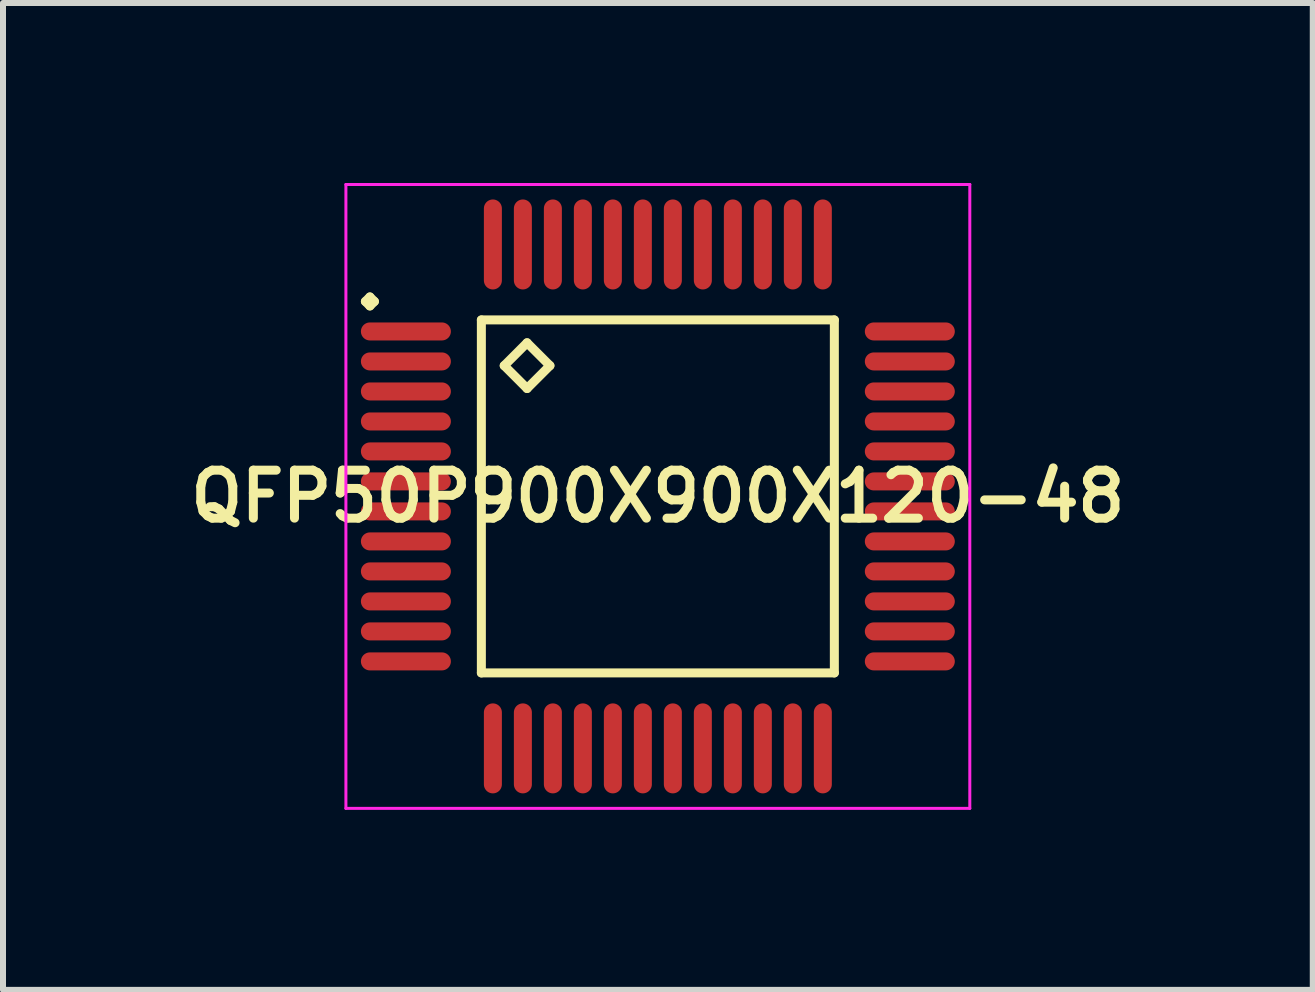
<source format=kicad_pcb>
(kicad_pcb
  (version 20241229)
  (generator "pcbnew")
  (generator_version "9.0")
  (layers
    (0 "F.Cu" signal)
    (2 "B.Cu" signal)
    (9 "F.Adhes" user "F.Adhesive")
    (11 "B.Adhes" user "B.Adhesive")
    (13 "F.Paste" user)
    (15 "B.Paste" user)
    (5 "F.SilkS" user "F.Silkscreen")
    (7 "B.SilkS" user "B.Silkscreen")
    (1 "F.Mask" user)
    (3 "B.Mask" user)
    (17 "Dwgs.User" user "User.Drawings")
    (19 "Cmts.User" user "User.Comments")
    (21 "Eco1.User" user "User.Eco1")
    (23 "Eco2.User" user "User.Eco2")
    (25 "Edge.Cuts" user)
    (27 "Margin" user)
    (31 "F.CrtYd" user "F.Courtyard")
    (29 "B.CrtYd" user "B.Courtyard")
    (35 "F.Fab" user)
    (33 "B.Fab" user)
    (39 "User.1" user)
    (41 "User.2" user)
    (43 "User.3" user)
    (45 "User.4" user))
  (footprint "QFP50P900X900X120-48"
    (layer "F.Cu")
    (at 7.916 5.225)
    (property "Reference" "QFP50P900X900X120-48" (at 0 0 0) (layer "F.SilkS") (effects (font (size 0.8 0.8) (thickness 0.15))))
    (attr smd)
    (fp_line (start -4.875 -3.25) (end -4.8 -3.325) (stroke (width 0.15) (type solid)) (layer "F.SilkS"))
    (fp_line (start -4.8 -3.325) (end -4.725 -3.25) (stroke (width 0.15) (type solid)) (layer "F.SilkS"))
    (fp_line (start -4.8 -3.175) (end -4.875 -3.25) (stroke (width 0.15) (type solid)) (layer "F.SilkS"))
    (fp_line (start -4.725 -3.25) (end -4.8 -3.175) (stroke (width 0.15) (type solid)) (layer "F.SilkS"))
    (fp_line (start -2.942 -2.942) (end -2.942 2.942) (stroke (width 0.15) (type solid)) (layer "F.SilkS"))
    (fp_line (start -2.942 2.942) (end 2.942 2.942) (stroke (width 0.15) (type solid)) (layer "F.SilkS"))
    (fp_line (start -2.561 -2.18) (end -2.18 -2.561) (stroke (width 0.15) (type solid)) (layer "F.SilkS"))
    (fp_line (start -2.18 -2.561) (end -1.799 -2.18) (stroke (width 0.15) (type solid)) (layer "F.SilkS"))
    (fp_line (start -2.18 -1.799) (end -2.561 -2.18) (stroke (width 0.15) (type solid)) (layer "F.SilkS"))
    (fp_line (start -1.799 -2.18) (end -2.18 -1.799) (stroke (width 0.15) (type solid)) (layer "F.SilkS"))
    (fp_line (start 2.942 -2.942) (end -2.942 -2.942) (stroke (width 0.15) (type solid)) (layer "F.SilkS"))
    (fp_line (start 2.942 2.942) (end 2.942 -2.942) (stroke (width 0.15) (type solid)) (layer "F.SilkS"))
    (fp_line (start -5.2 -5.2) (end 5.2 -5.2) (stroke (width 0.05) (type solid)) (layer "F.CrtYd"))
    (fp_line (start -5.2 5.2) (end -5.2 -5.2) (stroke (width 0.05) (type solid)) (layer "F.CrtYd"))
    (fp_line (start 5.2 -5.2) (end 5.2 5.2) (stroke (width 0.05) (type solid)) (layer "F.CrtYd"))
    (fp_line (start 5.2 5.2) (end -5.2 5.2) (stroke (width 0.05) (type solid)) (layer "F.CrtYd"))
    (pad "1" smd oval (at -4.2 -2.75) (size 1.5 0.3) (layers "F.Cu" "F.Mask" "F.Paste"))
    (pad "2" smd oval (at -4.2 -2.25) (size 1.5 0.3) (layers "F.Cu" "F.Mask" "F.Paste"))
    (pad "3" smd oval (at -4.2 -1.75) (size 1.5 0.3) (layers "F.Cu" "F.Mask" "F.Paste"))
    (pad "4" smd oval (at -4.2 -1.25) (size 1.5 0.3) (layers "F.Cu" "F.Mask" "F.Paste"))
    (pad "5" smd oval (at -4.2 -0.75) (size 1.5 0.3) (layers "F.Cu" "F.Mask" "F.Paste"))
    (pad "6" smd oval (at -4.2 -0.25) (size 1.5 0.3) (layers "F.Cu" "F.Mask" "F.Paste"))
    (pad "7" smd oval (at -4.2 0.25) (size 1.5 0.3) (layers "F.Cu" "F.Mask" "F.Paste"))
    (pad "8" smd oval (at -4.2 0.75) (size 1.5 0.3) (layers "F.Cu" "F.Mask" "F.Paste"))
    (pad "9" smd oval (at -4.2 1.25) (size 1.5 0.3) (layers "F.Cu" "F.Mask" "F.Paste"))
    (pad "10" smd oval (at -4.2 1.75) (size 1.5 0.3) (layers "F.Cu" "F.Mask" "F.Paste"))
    (pad "11" smd oval (at -4.2 2.25) (size 1.5 0.3) (layers "F.Cu" "F.Mask" "F.Paste"))
    (pad "12" smd oval (at -4.2 2.75) (size 1.5 0.3) (layers "F.Cu" "F.Mask" "F.Paste"))
    (pad "13" smd oval (at -2.75 4.2) (size 0.3 1.5) (layers "F.Cu" "F.Mask" "F.Paste"))
    (pad "14" smd oval (at -2.25 4.2) (size 0.3 1.5) (layers "F.Cu" "F.Mask" "F.Paste"))
    (pad "15" smd oval (at -1.75 4.2) (size 0.3 1.5) (layers "F.Cu" "F.Mask" "F.Paste"))
    (pad "16" smd oval (at -1.25 4.2) (size 0.3 1.5) (layers "F.Cu" "F.Mask" "F.Paste"))
    (pad "17" smd oval (at -0.75 4.2) (size 0.3 1.5) (layers "F.Cu" "F.Mask" "F.Paste"))
    (pad "18" smd oval (at -0.25 4.2) (size 0.3 1.5) (layers "F.Cu" "F.Mask" "F.Paste"))
    (pad "19" smd oval (at 0.25 4.2) (size 0.3 1.5) (layers "F.Cu" "F.Mask" "F.Paste"))
    (pad "20" smd oval (at 0.75 4.2) (size 0.3 1.5) (layers "F.Cu" "F.Mask" "F.Paste"))
    (pad "21" smd oval (at 1.25 4.2) (size 0.3 1.5) (layers "F.Cu" "F.Mask" "F.Paste"))
    (pad "22" smd oval (at 1.75 4.2) (size 0.3 1.5) (layers "F.Cu" "F.Mask" "F.Paste"))
    (pad "23" smd oval (at 2.25 4.2) (size 0.3 1.5) (layers "F.Cu" "F.Mask" "F.Paste"))
    (pad "24" smd oval (at 2.75 4.2) (size 0.3 1.5) (layers "F.Cu" "F.Mask" "F.Paste"))
    (pad "25" smd oval (at 4.2 2.75) (size 1.5 0.3) (layers "F.Cu" "F.Mask" "F.Paste"))
    (pad "26" smd oval (at 4.2 2.25) (size 1.5 0.3) (layers "F.Cu" "F.Mask" "F.Paste"))
    (pad "27" smd oval (at 4.2 1.75) (size 1.5 0.3) (layers "F.Cu" "F.Mask" "F.Paste"))
    (pad "28" smd oval (at 4.2 1.25) (size 1.5 0.3) (layers "F.Cu" "F.Mask" "F.Paste"))
    (pad "29" smd oval (at 4.2 0.75) (size 1.5 0.3) (layers "F.Cu" "F.Mask" "F.Paste"))
    (pad "30" smd oval (at 4.2 0.25) (size 1.5 0.3) (layers "F.Cu" "F.Mask" "F.Paste"))
    (pad "31" smd oval (at 4.2 -0.25) (size 1.5 0.3) (layers "F.Cu" "F.Mask" "F.Paste"))
    (pad "32" smd oval (at 4.2 -0.75) (size 1.5 0.3) (layers "F.Cu" "F.Mask" "F.Paste"))
    (pad "33" smd oval (at 4.2 -1.25) (size 1.5 0.3) (layers "F.Cu" "F.Mask" "F.Paste"))
    (pad "34" smd oval (at 4.2 -1.75) (size 1.5 0.3) (layers "F.Cu" "F.Mask" "F.Paste"))
    (pad "35" smd oval (at 4.2 -2.25) (size 1.5 0.3) (layers "F.Cu" "F.Mask" "F.Paste"))
    (pad "36" smd oval (at 4.2 -2.75) (size 1.5 0.3) (layers "F.Cu" "F.Mask" "F.Paste"))
    (pad "37" smd oval (at 2.75 -4.2) (size 0.3 1.5) (layers "F.Cu" "F.Mask" "F.Paste"))
    (pad "38" smd oval (at 2.25 -4.2) (size 0.3 1.5) (layers "F.Cu" "F.Mask" "F.Paste"))
    (pad "39" smd oval (at 1.75 -4.2) (size 0.3 1.5) (layers "F.Cu" "F.Mask" "F.Paste"))
    (pad "40" smd oval (at 1.25 -4.2) (size 0.3 1.5) (layers "F.Cu" "F.Mask" "F.Paste"))
    (pad "41" smd oval (at 0.75 -4.2) (size 0.3 1.5) (layers "F.Cu" "F.Mask" "F.Paste"))
    (pad "42" smd oval (at 0.25 -4.2) (size 0.3 1.5) (layers "F.Cu" "F.Mask" "F.Paste"))
    (pad "43" smd oval (at -0.25 -4.2) (size 0.3 1.5) (layers "F.Cu" "F.Mask" "F.Paste"))
    (pad "44" smd oval (at -0.75 -4.2) (size 0.3 1.5) (layers "F.Cu" "F.Mask" "F.Paste"))
    (pad "45" smd oval (at -1.25 -4.2) (size 0.3 1.5) (layers "F.Cu" "F.Mask" "F.Paste"))
    (pad "46" smd oval (at -1.75 -4.2) (size 0.3 1.5) (layers "F.Cu" "F.Mask" "F.Paste"))
    (pad "47" smd oval (at -2.25 -4.2) (size 0.3 1.5) (layers "F.Cu" "F.Mask" "F.Paste"))
    (pad "48" smd oval (at -2.75 -4.2) (size 0.3 1.5) (layers "F.Cu" "F.Mask" "F.Paste")))
  (gr_rect
    (start -3 -3)
    (end 18.833 13.45)
    (stroke (width 0.1) (type default))
    (fill no)
    (layer "Edge.Cuts")))
</source>
